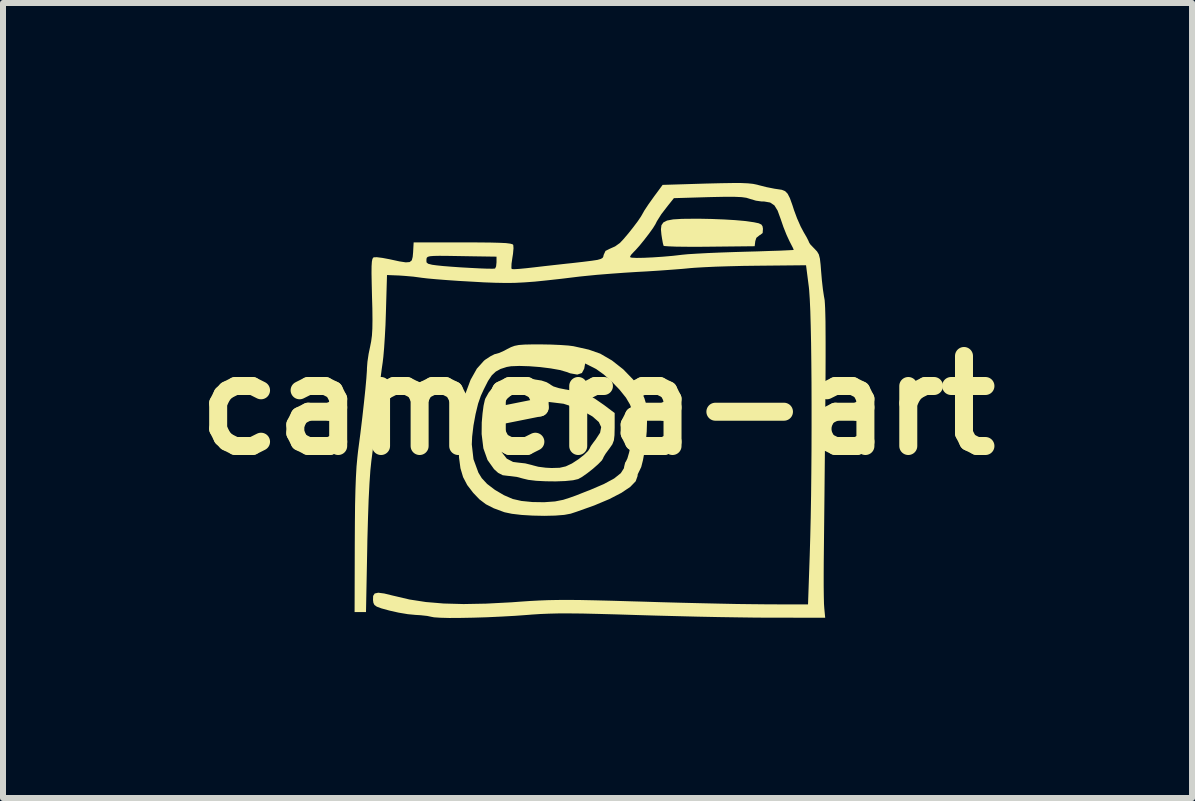
<source format=kicad_pcb>
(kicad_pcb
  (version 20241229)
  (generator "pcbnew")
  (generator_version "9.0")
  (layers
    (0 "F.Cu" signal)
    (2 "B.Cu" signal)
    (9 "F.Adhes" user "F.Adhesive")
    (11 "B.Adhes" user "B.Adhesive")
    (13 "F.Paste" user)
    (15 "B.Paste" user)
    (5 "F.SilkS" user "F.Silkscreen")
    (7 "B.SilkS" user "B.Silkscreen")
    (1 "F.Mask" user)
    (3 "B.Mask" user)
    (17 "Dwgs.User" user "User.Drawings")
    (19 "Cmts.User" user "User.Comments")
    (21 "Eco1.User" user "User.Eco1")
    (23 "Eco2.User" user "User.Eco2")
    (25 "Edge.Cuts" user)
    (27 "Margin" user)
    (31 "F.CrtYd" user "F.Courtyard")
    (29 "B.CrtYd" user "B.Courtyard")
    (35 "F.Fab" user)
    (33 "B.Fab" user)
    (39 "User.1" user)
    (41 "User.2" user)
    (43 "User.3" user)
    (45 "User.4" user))
  (footprint "camera-art"
    (layer "F.Cu")
    (at 6.907 3.704)
    (property "Reference" "camera-art" (at 0 0 0) (layer "F.SilkS") (effects (font (size 1.5 1.5) (thickness 0.3))))
    (attr board_only exclude_from_pos_files exclude_from_bom)
    (fp_poly (pts (xy 1.705 -3.109) (xy 1.904 -3.105) (xy 2.106 -3.097) (xy 2.291 -3.086) (xy 2.439 -3.073) (xy 2.477 -3.069) (xy 2.607 -3.05) (xy 2.687 -3.033) (xy 2.731 -3.012) (xy 2.75 -2.983) (xy 2.757 -2.942) (xy 2.752 -2.871) (xy 2.71 -2.838) (xy 2.703 -2.836) (xy 2.647 -2.791) (xy 2.629 -2.735) (xy 2.619 -2.651) (xy 1.868 -2.643) (xy 1.656 -2.641) (xy 1.466 -2.642) (xy 1.307 -2.644) (xy 1.187 -2.649) (xy 1.117 -2.654) (xy 1.101 -2.658) (xy 1.089 -2.702) (xy 1.074 -2.786) (xy 1.065 -2.844) (xy 1.057 -2.933) (xy 1.065 -3) (xy 1.097 -3.047) (xy 1.159 -3.079) (xy 1.26 -3.098) (xy 1.407 -3.107) (xy 1.606 -3.109)) (stroke (width 0) (type solid)) (fill yes) (layer "F.SilkS"))
    (fp_poly (pts (xy -1.167 -0.44) (xy -1.043 -0.43) (xy -0.941 -0.414) (xy -0.937 -0.414) (xy -0.849 -0.385) (xy -0.787 -0.349) (xy -0.779 -0.34) (xy -0.733 -0.314) (xy -0.643 -0.286) (xy -0.528 -0.263) (xy -0.524 -0.263) (xy -0.333 -0.227) (xy -0.181 -0.179) (xy -0.045 -0.111) (xy 0.101 -0.01) (xy 0.107 -0.006) (xy 0.286 0.129) (xy 0.286 0.37) (xy 0.283 0.498) (xy 0.273 0.583) (xy 0.248 0.649) (xy 0.203 0.714) (xy 0.191 0.73) (xy 0.135 0.806) (xy 0.1 0.864) (xy 0.095 0.88) (xy 0.072 0.919) (xy 0.01 0.982) (xy -0.075 1.057) (xy -0.169 1.131) (xy -0.257 1.193) (xy -0.322 1.229) (xy -0.407 1.249) (xy -0.538 1.262) (xy -0.696 1.268) (xy -0.864 1.266) (xy -1.023 1.258) (xy -1.155 1.242) (xy -1.238 1.222) (xy -1.347 1.193) (xy -1.467 1.178) (xy -1.483 1.177) (xy -1.58 1.165) (xy -1.657 1.125) (xy -1.724 1.064) (xy -1.833 0.911) (xy -1.902 0.717) (xy -1.931 0.479) (xy -1.929 0.279) (xy -1.928 0.274) (xy -1.699 0.274) (xy -1.696 0.47) (xy -1.662 0.62) (xy -1.595 0.783) (xy -1.512 0.889) (xy -1.407 0.944) (xy -1.321 0.955) (xy -1.204 0.968) (xy -1.091 0.996) (xy -1.079 1) (xy -0.987 1.024) (xy -0.862 1.04) (xy -0.765 1.045) (xy -0.631 1.041) (xy -0.529 1.018) (xy -0.427 0.97) (xy -0.416 0.963) (xy -0.316 0.898) (xy -0.225 0.826) (xy -0.157 0.76) (xy -0.127 0.713) (xy -0.127 0.709) (xy -0.109 0.676) (xy -0.063 0.612) (xy -0.032 0.572) (xy 0.043 0.457) (xy 0.061 0.363) (xy 0.022 0.279) (xy -0.077 0.192) (xy -0.087 0.184) (xy -0.318 0.054) (xy -0.567 -0.026) (xy -0.847 -0.06) (xy -0.909 -0.062) (xy -1.012 -0.068) (xy -1.075 -0.089) (xy -1.118 -0.134) (xy -1.124 -0.143) (xy -1.2 -0.207) (xy -1.303 -0.216) (xy -1.427 -0.172) (xy -1.445 -0.162) (xy -1.57 -0.054) (xy -1.656 0.095) (xy -1.699 0.274) (xy -1.928 0.274) (xy -1.916 0.136) (xy -1.899 0.007) (xy -1.878 -0.087) (xy -1.87 -0.111) (xy -1.813 -0.213) (xy -1.74 -0.302) (xy -1.666 -0.363) (xy -1.615 -0.381) (xy -1.557 -0.397) (xy -1.54 -0.413) (xy -1.499 -0.429) (xy -1.412 -0.439) (xy -1.295 -0.443)) (stroke (width 0) (type solid)) (fill yes) (layer "F.SilkS"))
    (fp_poly (pts (xy -0.943 -1.015) (xy -0.774 -1.012) (xy -0.616 -1.005) (xy -0.486 -0.996) (xy -0.401 -0.985) (xy -0.397 -0.984) (xy -0.275 -0.957) (xy -0.151 -0.929) (xy -0.143 -0.927) (xy 0.045 -0.861) (xy 0.241 -0.747) (xy 0.428 -0.6) (xy 0.592 -0.431) (xy 0.717 -0.254) (xy 0.74 -0.211) (xy 0.781 -0.119) (xy 0.806 -0.035) (xy 0.82 0.061) (xy 0.825 0.19) (xy 0.825 0.276) (xy 0.82 0.437) (xy 0.805 0.606) (xy 0.784 0.771) (xy 0.757 0.916) (xy 0.729 1.027) (xy 0.699 1.091) (xy 0.697 1.094) (xy 0.67 1.15) (xy 0.667 1.18) (xy 0.636 1.266) (xy 0.545 1.36) (xy 0.398 1.459) (xy 0.197 1.563) (xy -0.055 1.669) (xy -0.353 1.775) (xy -0.447 1.806) (xy -0.554 1.826) (xy -0.707 1.838) (xy -0.888 1.842) (xy -1.08 1.838) (xy -1.265 1.827) (xy -1.426 1.808) (xy -1.546 1.783) (xy -1.556 1.78) (xy -1.729 1.716) (xy -1.86 1.649) (xy -1.968 1.567) (xy -2.072 1.458) (xy -2.171 1.329) (xy -2.24 1.197) (xy -2.284 1.049) (xy -2.308 0.868) (xy -2.315 0.651) (xy -2.095 0.651) (xy -2.067 0.898) (xy -1.985 1.122) (xy -1.929 1.214) (xy -1.84 1.31) (xy -1.71 1.409) (xy -1.559 1.498) (xy -1.413 1.561) (xy -1.267 1.594) (xy -1.084 1.612) (xy -0.889 1.615) (xy -0.708 1.602) (xy -0.572 1.575) (xy -0.466 1.541) (xy -0.373 1.508) (xy -0.349 1.499) (xy -0.271 1.468) (xy -0.167 1.427) (xy -0.127 1.412) (xy 0.106 1.312) (xy 0.278 1.219) (xy 0.388 1.131) (xy 0.44 1.049) (xy 0.445 1.018) (xy 0.461 0.954) (xy 0.474 0.935) (xy 0.498 0.885) (xy 0.526 0.789) (xy 0.553 0.665) (xy 0.578 0.528) (xy 0.595 0.398) (xy 0.603 0.291) (xy 0.603 0.28) (xy 0.59 0.156) (xy 0.555 0.024) (xy 0.541 -0.013) (xy 0.474 -0.127) (xy 0.369 -0.258) (xy 0.24 -0.392) (xy 0.105 -0.513) (xy -0.022 -0.604) (xy -0.064 -0.626) (xy -0.206 -0.697) (xy -0.222 -0.61) (xy -0.26 -0.538) (xy -0.337 -0.512) (xy -0.455 -0.533) (xy -0.517 -0.556) (xy -0.628 -0.588) (xy -0.78 -0.615) (xy -0.955 -0.637) (xy -1.136 -0.651) (xy -1.303 -0.656) (xy -1.44 -0.651) (xy -1.512 -0.639) (xy -1.615 -0.606) (xy -1.695 -0.562) (xy -1.762 -0.499) (xy -1.825 -0.404) (xy -1.894 -0.268) (xy -1.944 -0.159) (xy -1.99 -0.027) (xy -2.032 0.146) (xy -2.067 0.336) (xy -2.089 0.521) (xy -2.095 0.651) (xy -2.315 0.651) (xy -2.315 0.649) (xy -2.303 0.349) (xy -2.263 0.064) (xy -2.2 -0.197) (xy -2.115 -0.425) (xy -2.011 -0.61) (xy -1.892 -0.743) (xy -1.868 -0.762) (xy -1.784 -0.817) (xy -1.715 -0.852) (xy -1.692 -0.857) (xy -1.64 -0.872) (xy -1.557 -0.909) (xy -1.505 -0.937) (xy -1.442 -0.969) (xy -1.382 -0.991) (xy -1.311 -1.005) (xy -1.215 -1.012) (xy -1.079 -1.015)) (stroke (width 0) (type solid)) (fill yes) (layer "F.SilkS"))
    (fp_poly (pts (xy 2.394 -3.704) (xy 2.506 -3.699) (xy 2.592 -3.69) (xy 2.66 -3.676) (xy 2.685 -3.669) (xy 2.815 -3.636) (xy 2.951 -3.609) (xy 2.992 -3.603) (xy 3.071 -3.591) (xy 3.126 -3.569) (xy 3.168 -3.526) (xy 3.206 -3.452) (xy 3.248 -3.335) (xy 3.275 -3.251) (xy 3.326 -3.114) (xy 3.386 -2.978) (xy 3.435 -2.886) (xy 3.485 -2.8) (xy 3.517 -2.737) (xy 3.524 -2.717) (xy 3.545 -2.683) (xy 3.598 -2.627) (xy 3.615 -2.61) (xy 3.659 -2.563) (xy 3.688 -2.514) (xy 3.706 -2.444) (xy 3.718 -2.339) (xy 3.726 -2.235) (xy 3.739 -2.083) (xy 3.756 -1.933) (xy 3.774 -1.813) (xy 3.779 -1.788) (xy 3.785 -1.753) (xy 3.789 -1.698) (xy 3.793 -1.623) (xy 3.796 -1.523) (xy 3.799 -1.395) (xy 3.8 -1.237) (xy 3.801 -1.045) (xy 3.801 -0.816) (xy 3.8 -0.548) (xy 3.798 -0.238) (xy 3.795 0.119) (xy 3.792 0.524) (xy 3.787 0.981) (xy 3.782 1.493) (xy 3.776 2.062) (xy 3.77 2.619) (xy 3.769 2.821) (xy 3.769 3.012) (xy 3.771 3.179) (xy 3.774 3.308) (xy 3.779 3.381) (xy 3.794 3.54) (xy 2.889 3.539) (xy 2.644 3.538) (xy 2.35 3.534) (xy 2.02 3.529) (xy 1.669 3.522) (xy 1.312 3.513) (xy 0.962 3.504) (xy 0.658 3.495) (xy 0.302 3.484) (xy 0.003 3.476) (xy -0.25 3.47) (xy -0.464 3.468) (xy -0.647 3.468) (xy -0.807 3.472) (xy -0.953 3.478) (xy -1.092 3.487) (xy -1.152 3.492) (xy -1.372 3.508) (xy -1.606 3.521) (xy -1.842 3.532) (xy -2.072 3.539) (xy -2.285 3.543) (xy -2.472 3.544) (xy -2.621 3.54) (xy -2.724 3.533) (xy -2.762 3.526) (xy -2.838 3.51) (xy -2.948 3.498) (xy -3.032 3.493) (xy -3.159 3.481) (xy -3.315 3.455) (xy -3.466 3.421) (xy -3.477 3.418) (xy -3.601 3.384) (xy -3.677 3.356) (xy -3.717 3.328) (xy -3.735 3.291) (xy -3.741 3.246) (xy -3.739 3.176) (xy -3.713 3.136) (xy -3.654 3.123) (xy -3.554 3.136) (xy -3.403 3.173) (xy -3.389 3.176) (xy -3.134 3.236) (xy -2.862 3.278) (xy -2.564 3.303) (xy -2.232 3.312) (xy -1.858 3.305) (xy -1.434 3.283) (xy -1.286 3.272) (xy -1.127 3.261) (xy -0.975 3.253) (xy -0.823 3.247) (xy -0.662 3.244) (xy -0.482 3.243) (xy -0.277 3.245) (xy -0.036 3.25) (xy 0.247 3.257) (xy 0.582 3.267) (xy 0.73 3.271) (xy 1.056 3.281) (xy 1.389 3.29) (xy 1.718 3.298) (xy 2.032 3.305) (xy 2.32 3.311) (xy 2.571 3.314) (xy 2.772 3.316) (xy 2.826 3.317) (xy 3.508 3.318) (xy 3.536 2.508) (xy 3.545 2.2) (xy 3.553 1.863) (xy 3.559 1.505) (xy 3.563 1.132) (xy 3.566 0.751) (xy 3.567 0.368) (xy 3.567 -0.008) (xy 3.566 -0.373) (xy 3.563 -0.718) (xy 3.559 -1.037) (xy 3.553 -1.323) (xy 3.546 -1.57) (xy 3.537 -1.77) (xy 3.527 -1.917) (xy 3.522 -1.968) (xy 3.475 -2.334) (xy 2.666 -2.326) (xy 2.426 -2.323) (xy 2.188 -2.317) (xy 1.966 -2.31) (xy 1.773 -2.301) (xy 1.622 -2.292) (xy 1.556 -2.287) (xy 1.421 -2.274) (xy 1.241 -2.26) (xy 1.034 -2.245) (xy 0.816 -2.231) (xy 0.667 -2.223) (xy 0.445 -2.209) (xy 0.212 -2.192) (xy -0.012 -2.174) (xy -0.205 -2.155) (xy -0.302 -2.145) (xy -0.597 -2.109) (xy -0.841 -2.082) (xy -1.046 -2.061) (xy -1.224 -2.048) (xy -1.385 -2.04) (xy -1.543 -2.039) (xy -1.708 -2.042) (xy -1.894 -2.049) (xy -2.101 -2.061) (xy -2.314 -2.073) (xy -2.515 -2.087) (xy -2.693 -2.101) (xy -2.835 -2.114) (xy -2.929 -2.125) (xy -2.942 -2.127) (xy -3.069 -2.144) (xy -3.218 -2.157) (xy -3.307 -2.163) (xy -3.508 -2.171) (xy -3.526 -1.554) (xy -3.533 -1.344) (xy -3.544 -1.14) (xy -3.556 -0.956) (xy -3.569 -0.807) (xy -3.58 -0.714) (xy -3.596 -0.604) (xy -3.616 -0.448) (xy -3.637 -0.263) (xy -3.658 -0.066) (xy -3.668 0.032) (xy -3.689 0.245) (xy -3.714 0.47) (xy -3.738 0.686) (xy -3.761 0.869) (xy -3.768 0.921) (xy -3.785 1.082) (xy -3.8 1.301) (xy -3.814 1.572) (xy -3.825 1.889) (xy -3.835 2.246) (xy -3.837 2.365) (xy -3.858 3.445) (xy -3.953 3.445) (xy -4.048 3.445) (xy -4.045 2.302) (xy -4.043 1.951) (xy -4.04 1.655) (xy -4.034 1.408) (xy -4.026 1.2) (xy -4.016 1.023) (xy -4.002 0.871) (xy -3.99 0.762) (xy -3.952 0.473) (xy -3.919 0.199) (xy -3.891 -0.052) (xy -3.868 -0.271) (xy -3.852 -0.448) (xy -3.843 -0.576) (xy -3.842 -0.62) (xy -3.834 -0.725) (xy -3.814 -0.859) (xy -3.79 -0.974) (xy -3.772 -1.065) (xy -3.759 -1.162) (xy -3.752 -1.278) (xy -3.75 -1.425) (xy -3.752 -1.613) (xy -3.758 -1.819) (xy -3.763 -2.038) (xy -3.766 -2.201) (xy -3.765 -2.317) (xy -3.76 -2.394) (xy -3.751 -2.439) (xy -3.737 -2.461) (xy -3.729 -2.466) (xy -3.677 -2.468) (xy -3.583 -2.456) (xy -3.466 -2.434) (xy -3.457 -2.432) (xy -3.3 -2.398) (xy -3.195 -2.382) (xy -3.13 -2.387) (xy -3.095 -2.416) (xy -3.093 -2.423) (xy -2.851 -2.423) (xy -2.85 -2.383) (xy -2.823 -2.359) (xy -2.756 -2.342) (xy -2.682 -2.332) (xy -2.577 -2.321) (xy -2.44 -2.31) (xy -2.285 -2.299) (xy -2.125 -2.29) (xy -1.974 -2.282) (xy -1.845 -2.277) (xy -1.751 -2.276) (xy -1.707 -2.279) (xy -1.707 -2.279) (xy -1.69 -2.315) (xy -1.683 -2.383) (xy -1.683 -2.477) (xy -2.08 -2.483) (xy -2.319 -2.487) (xy -2.502 -2.49) (xy -2.637 -2.491) (xy -2.73 -2.489) (xy -2.791 -2.484) (xy -2.826 -2.475) (xy -2.843 -2.462) (xy -2.849 -2.445) (xy -2.851 -2.423) (xy -3.093 -2.423) (xy -3.08 -2.473) (xy -3.073 -2.548) (xy -3.064 -2.715) (xy -2.242 -2.715) (xy -1.984 -2.714) (xy -1.782 -2.712) (xy -1.632 -2.708) (xy -1.525 -2.703) (xy -1.455 -2.694) (xy -1.417 -2.684) (xy -1.404 -2.672) (xy -1.4 -2.618) (xy -1.408 -2.526) (xy -1.419 -2.456) (xy -1.433 -2.359) (xy -1.435 -2.291) (xy -1.43 -2.271) (xy -1.391 -2.268) (xy -1.306 -2.273) (xy -1.192 -2.284) (xy -1.173 -2.286) (xy -1.057 -2.299) (xy -0.895 -2.318) (xy -0.707 -2.339) (xy -0.509 -2.361) (xy -0.422 -2.37) (xy -0.231 -2.392) (xy -0.095 -2.409) (xy -0.002 -2.423) (xy 0.054 -2.439) (xy 0.084 -2.456) (xy 0.092 -2.47) (xy 0.54 -2.47) (xy 0.569 -2.46) (xy 0.651 -2.456) (xy 0.771 -2.458) (xy 0.921 -2.465) (xy 1.086 -2.476) (xy 1.257 -2.491) (xy 1.413 -2.509) (xy 1.507 -2.518) (xy 1.653 -2.527) (xy 1.838 -2.537) (xy 2.053 -2.546) (xy 2.284 -2.554) (xy 2.453 -2.559) (xy 2.673 -2.565) (xy 2.871 -2.572) (xy 3.038 -2.577) (xy 3.166 -2.583) (xy 3.246 -2.587) (xy 3.27 -2.59) (xy 3.257 -2.622) (xy 3.222 -2.69) (xy 3.198 -2.737) (xy 3.151 -2.838) (xy 3.098 -2.971) (xy 3.052 -3.105) (xy 3.001 -3.245) (xy 2.947 -3.332) (xy 2.877 -3.379) (xy 2.78 -3.396) (xy 2.732 -3.397) (xy 2.64 -3.41) (xy 2.539 -3.44) (xy 2.536 -3.441) (xy 2.481 -3.458) (xy 2.403 -3.469) (xy 2.292 -3.474) (xy 2.141 -3.475) (xy 1.938 -3.471) (xy 1.851 -3.469) (xy 1.273 -3.452) (xy 1.169 -3.322) (xy 1.063 -3.184) (xy 0.99 -3.068) (xy 0.964 -3.016) (xy 0.926 -2.955) (xy 0.861 -2.864) (xy 0.781 -2.76) (xy 0.7 -2.66) (xy 0.632 -2.584) (xy 0.607 -2.559) (xy 0.558 -2.506) (xy 0.54 -2.47) (xy 0.092 -2.47) (xy 0.097 -2.479) (xy 0.102 -2.505) (xy 0.133 -2.573) (xy 0.203 -2.608) (xy 0.293 -2.648) (xy 0.373 -2.705) (xy 0.434 -2.77) (xy 0.513 -2.863) (xy 0.597 -2.969) (xy 0.673 -3.07) (xy 0.726 -3.149) (xy 0.741 -3.175) (xy 0.779 -3.243) (xy 0.847 -3.346) (xy 0.949 -3.489) (xy 0.979 -3.529) (xy 1.085 -3.673) (xy 1.806 -3.695) (xy 2.054 -3.701) (xy 2.246 -3.704)) (stroke (width 0) (type solid)) (fill yes) (layer "F.SilkS")))
  (gr_rect
    (start -3 -3)
    (end 16.814 10.248)
    (stroke (width 0.1) (type default))
    (fill no)
    (layer "Edge.Cuts")))
</source>
